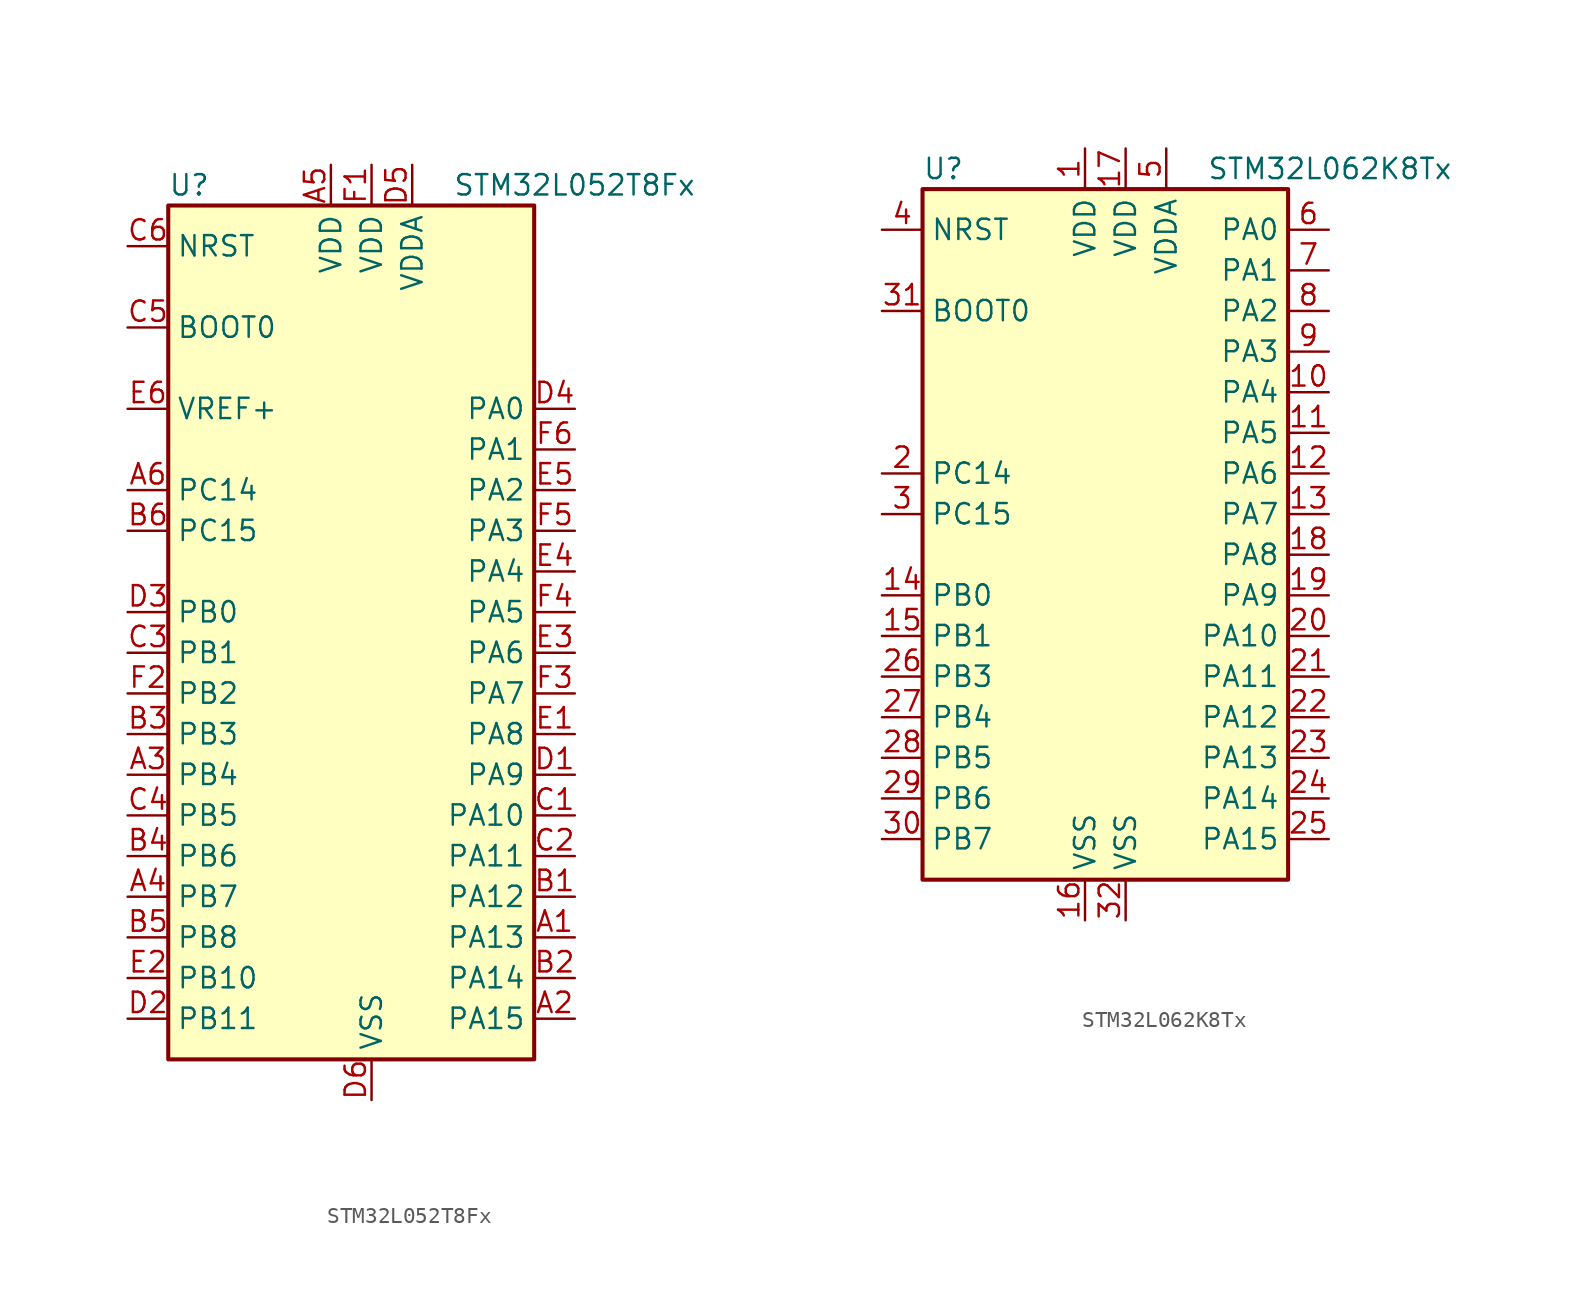
<source format=kicad_sym>
(kicad_symbol_lib
  (version 20201005)
  (generator kicad_symbol_editor)
  (symbol "STM32L052T8Fx"
    (property "Reference" "U"
      (at -12.7 26.67 0)
      (effects (font (size 1.27 1.27)) (justify left)))
    (property "Value" "STM32L052T8Fx"
      (at 5.08 26.67 0)
      (effects (font (size 1.27 1.27)) (justify left)))
    (symbol "STM32L052T8Fx_0_1"
      (rectangle (start -12.7 -27.94) (end 10.16 25.4) (stroke (width 0.254)) (fill (type background))))
    (symbol "STM32L052T8Fx_1_1"
      (pin input line (at -15.24 17.78 0) (length 2.54) (name "BOOT0" (effects (font (size 1.27 1.27)))) (number "C5" (effects (font (size 1.27 1.27)))))
      (pin input line (at -15.24 22.86 0) (length 2.54) (name "NRST" (effects (font (size 1.27 1.27)))) (number "C6" (effects (font (size 1.27 1.27)))))
      (pin bidirectional line (at 12.7 12.7 180) (length 2.54) (name "PA0" (effects (font (size 1.27 1.27)))) (number "D4" (effects (font (size 1.27 1.27)))))
      (pin bidirectional line (at 12.7 10.16 180) (length 2.54) (name "PA1" (effects (font (size 1.27 1.27)))) (number "F6" (effects (font (size 1.27 1.27)))))
      (pin bidirectional line (at 12.7 -12.7 180) (length 2.54) (name "PA10" (effects (font (size 1.27 1.27)))) (number "C1" (effects (font (size 1.27 1.27)))))
      (pin bidirectional line (at 12.7 -15.24 180) (length 2.54) (name "PA11" (effects (font (size 1.27 1.27)))) (number "C2" (effects (font (size 1.27 1.27)))))
      (pin bidirectional line (at 12.7 -17.78 180) (length 2.54) (name "PA12" (effects (font (size 1.27 1.27)))) (number "B1" (effects (font (size 1.27 1.27)))))
      (pin bidirectional line (at 12.7 -20.32 180) (length 2.54) (name "PA13" (effects (font (size 1.27 1.27)))) (number "A1" (effects (font (size 1.27 1.27)))))
      (pin bidirectional line (at 12.7 -22.86 180) (length 2.54) (name "PA14" (effects (font (size 1.27 1.27)))) (number "B2" (effects (font (size 1.27 1.27)))))
      (pin bidirectional line (at 12.7 -25.4 180) (length 2.54) (name "PA15" (effects (font (size 1.27 1.27)))) (number "A2" (effects (font (size 1.27 1.27)))))
      (pin bidirectional line (at 12.7 7.62 180) (length 2.54) (name "PA2" (effects (font (size 1.27 1.27)))) (number "E5" (effects (font (size 1.27 1.27)))))
      (pin bidirectional line (at 12.7 5.08 180) (length 2.54) (name "PA3" (effects (font (size 1.27 1.27)))) (number "F5" (effects (font (size 1.27 1.27)))))
      (pin bidirectional line (at 12.7 2.54 180) (length 2.54) (name "PA4" (effects (font (size 1.27 1.27)))) (number "E4" (effects (font (size 1.27 1.27)))))
      (pin bidirectional line (at 12.7 0 180) (length 2.54) (name "PA5" (effects (font (size 1.27 1.27)))) (number "F4" (effects (font (size 1.27 1.27)))))
      (pin bidirectional line (at 12.7 -2.54 180) (length 2.54) (name "PA6" (effects (font (size 1.27 1.27)))) (number "E3" (effects (font (size 1.27 1.27)))))
      (pin bidirectional line (at 12.7 -5.08 180) (length 2.54) (name "PA7" (effects (font (size 1.27 1.27)))) (number "F3" (effects (font (size 1.27 1.27)))))
      (pin bidirectional line (at 12.7 -7.62 180) (length 2.54) (name "PA8" (effects (font (size 1.27 1.27)))) (number "E1" (effects (font (size 1.27 1.27)))))
      (pin bidirectional line (at 12.7 -10.16 180) (length 2.54) (name "PA9" (effects (font (size 1.27 1.27)))) (number "D1" (effects (font (size 1.27 1.27)))))
      (pin bidirectional line (at -15.24 0 0) (length 2.54) (name "PB0" (effects (font (size 1.27 1.27)))) (number "D3" (effects (font (size 1.27 1.27)))))
      (pin bidirectional line (at -15.24 -2.54 0) (length 2.54) (name "PB1" (effects (font (size 1.27 1.27)))) (number "C3" (effects (font (size 1.27 1.27)))))
      (pin bidirectional line (at -15.24 -22.86 0) (length 2.54) (name "PB10" (effects (font (size 1.27 1.27)))) (number "E2" (effects (font (size 1.27 1.27)))))
      (pin bidirectional line (at -15.24 -25.4 0) (length 2.54) (name "PB11" (effects (font (size 1.27 1.27)))) (number "D2" (effects (font (size 1.27 1.27)))))
      (pin bidirectional line (at -15.24 -5.08 0) (length 2.54) (name "PB2" (effects (font (size 1.27 1.27)))) (number "F2" (effects (font (size 1.27 1.27)))))
      (pin bidirectional line (at -15.24 -7.62 0) (length 2.54) (name "PB3" (effects (font (size 1.27 1.27)))) (number "B3" (effects (font (size 1.27 1.27)))))
      (pin bidirectional line (at -15.24 -10.16 0) (length 2.54) (name "PB4" (effects (font (size 1.27 1.27)))) (number "A3" (effects (font (size 1.27 1.27)))))
      (pin bidirectional line (at -15.24 -12.7 0) (length 2.54) (name "PB5" (effects (font (size 1.27 1.27)))) (number "C4" (effects (font (size 1.27 1.27)))))
      (pin bidirectional line (at -15.24 -15.24 0) (length 2.54) (name "PB6" (effects (font (size 1.27 1.27)))) (number "B4" (effects (font (size 1.27 1.27)))))
      (pin bidirectional line (at -15.24 -17.78 0) (length 2.54) (name "PB7" (effects (font (size 1.27 1.27)))) (number "A4" (effects (font (size 1.27 1.27)))))
      (pin bidirectional line (at -15.24 -20.32 0) (length 2.54) (name "PB8" (effects (font (size 1.27 1.27)))) (number "B5" (effects (font (size 1.27 1.27)))))
      (pin bidirectional line (at -15.24 7.62 0) (length 2.54) (name "PC14" (effects (font (size 1.27 1.27)))) (number "A6" (effects (font (size 1.27 1.27)))))
      (pin bidirectional line (at -15.24 5.08 0) (length 2.54) (name "PC15" (effects (font (size 1.27 1.27)))) (number "B6" (effects (font (size 1.27 1.27)))))
      (pin power_in line (at -2.54 27.94 270) (length 2.54) (name "VDD" (effects (font (size 1.27 1.27)))) (number "A5" (effects (font (size 1.27 1.27)))))
      (pin power_in line (at 0 27.94 270) (length 2.54) (name "VDD" (effects (font (size 1.27 1.27)))) (number "F1" (effects (font (size 1.27 1.27)))))
      (pin power_in line (at 2.54 27.94 270) (length 2.54) (name "VDDA" (effects (font (size 1.27 1.27)))) (number "D5" (effects (font (size 1.27 1.27)))))
      (pin power_in line (at -15.24 12.7 0) (length 2.54) (name "VREF+" (effects (font (size 1.27 1.27)))) (number "E6" (effects (font (size 1.27 1.27)))))
      (pin power_in line (at 0 -30.48 90) (length 2.54) (name "VSS" (effects (font (size 1.27 1.27)))) (number "D6" (effects (font (size 1.27 1.27)))))))
  (symbol "STM32L062K8Tx"
    (property "Reference" "U"
      (at -12.7 21.59 0)
      (effects (font (size 1.27 1.27)) (justify left)))
    (property "Value" "STM32L062K8Tx"
      (at 5.08 21.59 0)
      (effects (font (size 1.27 1.27)) (justify left)))
    (symbol "STM32L062K8Tx_0_1"
      (rectangle (start -12.7 -22.86) (end 10.16 20.32) (stroke (width 0.254)) (fill (type background))))
    (symbol "STM32L062K8Tx_1_1"
      (pin input line (at -15.24 12.7 0) (length 2.54) (name "BOOT0" (effects (font (size 1.27 1.27)))) (number "31" (effects (font (size 1.27 1.27)))))
      (pin input line (at -15.24 17.78 0) (length 2.54) (name "NRST" (effects (font (size 1.27 1.27)))) (number "4" (effects (font (size 1.27 1.27)))))
      (pin bidirectional line (at 12.7 17.78 180) (length 2.54) (name "PA0" (effects (font (size 1.27 1.27)))) (number "6" (effects (font (size 1.27 1.27)))))
      (pin bidirectional line (at 12.7 15.24 180) (length 2.54) (name "PA1" (effects (font (size 1.27 1.27)))) (number "7" (effects (font (size 1.27 1.27)))))
      (pin bidirectional line (at 12.7 -7.62 180) (length 2.54) (name "PA10" (effects (font (size 1.27 1.27)))) (number "20" (effects (font (size 1.27 1.27)))))
      (pin bidirectional line (at 12.7 -10.16 180) (length 2.54) (name "PA11" (effects (font (size 1.27 1.27)))) (number "21" (effects (font (size 1.27 1.27)))))
      (pin bidirectional line (at 12.7 -12.7 180) (length 2.54) (name "PA12" (effects (font (size 1.27 1.27)))) (number "22" (effects (font (size 1.27 1.27)))))
      (pin bidirectional line (at 12.7 -15.24 180) (length 2.54) (name "PA13" (effects (font (size 1.27 1.27)))) (number "23" (effects (font (size 1.27 1.27)))))
      (pin bidirectional line (at 12.7 -17.78 180) (length 2.54) (name "PA14" (effects (font (size 1.27 1.27)))) (number "24" (effects (font (size 1.27 1.27)))))
      (pin bidirectional line (at 12.7 -20.32 180) (length 2.54) (name "PA15" (effects (font (size 1.27 1.27)))) (number "25" (effects (font (size 1.27 1.27)))))
      (pin bidirectional line (at 12.7 12.7 180) (length 2.54) (name "PA2" (effects (font (size 1.27 1.27)))) (number "8" (effects (font (size 1.27 1.27)))))
      (pin bidirectional line (at 12.7 10.16 180) (length 2.54) (name "PA3" (effects (font (size 1.27 1.27)))) (number "9" (effects (font (size 1.27 1.27)))))
      (pin bidirectional line (at 12.7 7.62 180) (length 2.54) (name "PA4" (effects (font (size 1.27 1.27)))) (number "10" (effects (font (size 1.27 1.27)))))
      (pin bidirectional line (at 12.7 5.08 180) (length 2.54) (name "PA5" (effects (font (size 1.27 1.27)))) (number "11" (effects (font (size 1.27 1.27)))))
      (pin bidirectional line (at 12.7 2.54 180) (length 2.54) (name "PA6" (effects (font (size 1.27 1.27)))) (number "12" (effects (font (size 1.27 1.27)))))
      (pin bidirectional line (at 12.7 0 180) (length 2.54) (name "PA7" (effects (font (size 1.27 1.27)))) (number "13" (effects (font (size 1.27 1.27)))))
      (pin bidirectional line (at 12.7 -2.54 180) (length 2.54) (name "PA8" (effects (font (size 1.27 1.27)))) (number "18" (effects (font (size 1.27 1.27)))))
      (pin bidirectional line (at 12.7 -5.08 180) (length 2.54) (name "PA9" (effects (font (size 1.27 1.27)))) (number "19" (effects (font (size 1.27 1.27)))))
      (pin bidirectional line (at -15.24 -5.08 0) (length 2.54) (name "PB0" (effects (font (size 1.27 1.27)))) (number "14" (effects (font (size 1.27 1.27)))))
      (pin bidirectional line (at -15.24 -7.62 0) (length 2.54) (name "PB1" (effects (font (size 1.27 1.27)))) (number "15" (effects (font (size 1.27 1.27)))))
      (pin bidirectional line (at -15.24 -10.16 0) (length 2.54) (name "PB3" (effects (font (size 1.27 1.27)))) (number "26" (effects (font (size 1.27 1.27)))))
      (pin bidirectional line (at -15.24 -12.7 0) (length 2.54) (name "PB4" (effects (font (size 1.27 1.27)))) (number "27" (effects (font (size 1.27 1.27)))))
      (pin bidirectional line (at -15.24 -15.24 0) (length 2.54) (name "PB5" (effects (font (size 1.27 1.27)))) (number "28" (effects (font (size 1.27 1.27)))))
      (pin bidirectional line (at -15.24 -17.78 0) (length 2.54) (name "PB6" (effects (font (size 1.27 1.27)))) (number "29" (effects (font (size 1.27 1.27)))))
      (pin bidirectional line (at -15.24 -20.32 0) (length 2.54) (name "PB7" (effects (font (size 1.27 1.27)))) (number "30" (effects (font (size 1.27 1.27)))))
      (pin bidirectional line (at -15.24 2.54 0) (length 2.54) (name "PC14" (effects (font (size 1.27 1.27)))) (number "2" (effects (font (size 1.27 1.27)))))
      (pin bidirectional line (at -15.24 0 0) (length 2.54) (name "PC15" (effects (font (size 1.27 1.27)))) (number "3" (effects (font (size 1.27 1.27)))))
      (pin power_in line (at -2.54 22.86 270) (length 2.54) (name "VDD" (effects (font (size 1.27 1.27)))) (number "1" (effects (font (size 1.27 1.27)))))
      (pin power_in line (at 0 22.86 270) (length 2.54) (name "VDD" (effects (font (size 1.27 1.27)))) (number "17" (effects (font (size 1.27 1.27)))))
      (pin power_in line (at 2.54 22.86 270) (length 2.54) (name "VDDA" (effects (font (size 1.27 1.27)))) (number "5" (effects (font (size 1.27 1.27)))))
      (pin power_in line (at -2.54 -25.4 90) (length 2.54) (name "VSS" (effects (font (size 1.27 1.27)))) (number "16" (effects (font (size 1.27 1.27)))))
      (pin power_in line (at 0 -25.4 90) (length 2.54) (name "VSS" (effects (font (size 1.27 1.27)))) (number "32" (effects (font (size 1.27 1.27))))))))
</source>
